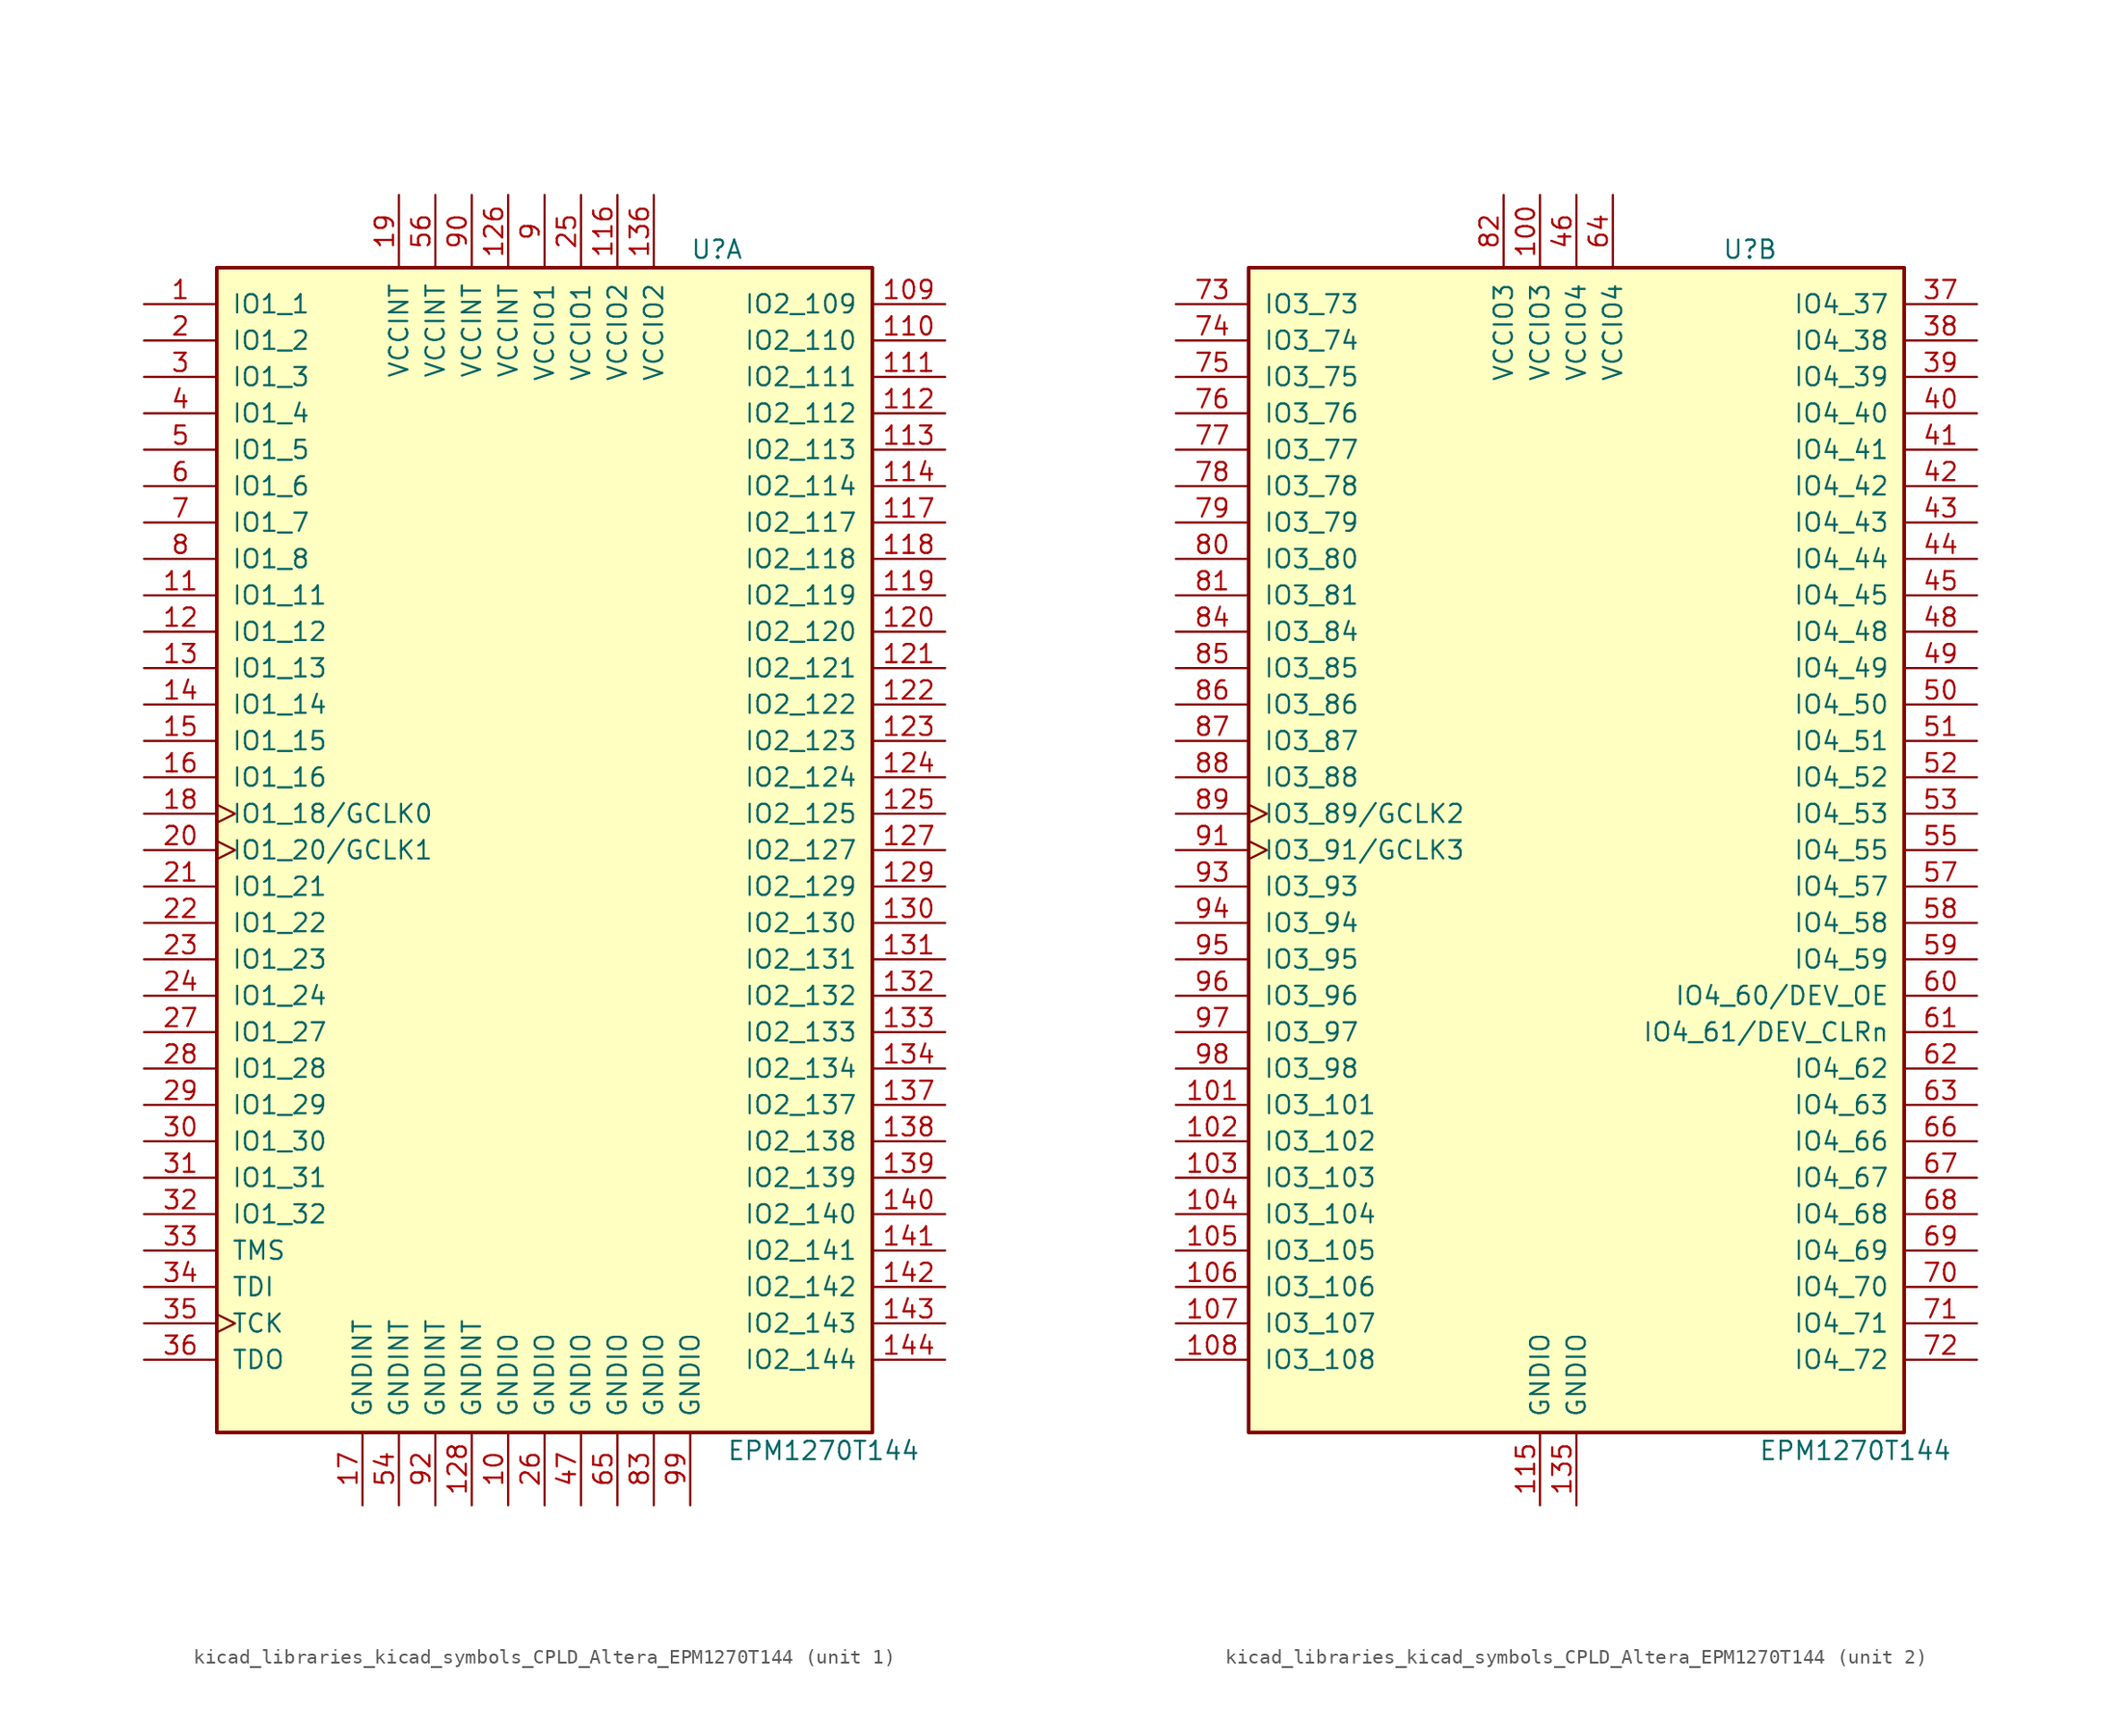
<source format=kicad_sym>
(kicad_symbol_lib
  (version 20220914)
  (generator kicad_symbol_editor)
  (symbol "kicad_libraries_kicad_symbols_CPLD_Altera_EPM1270T144"
    (pin_names
      (offset 1.016))
    (property "Reference" "U"
      (at 10.16 41.91 0)
      (effects (font (size 1.27 1.27)) (justify left)))
    (property "Value" "EPM1270T144"
      (at 12.7 -41.91 0)
      (effects (font (size 1.27 1.27)) (justify left)))
    (property "ki_locked" ""
      (at 0 0 0)
      (effects (font (size 1.27 1.27))))
    (symbol "kicad_libraries_kicad_symbols_CPLD_Altera_EPM1270T144_1_1"
      (rectangle (start -22.86 40.64) (end 22.86 -40.64) (stroke (width 0.254) (type default)) (fill (type background)))
      (pin bidirectional line (at -27.94 38.1 0) (length 5.08) (name "IO1_1" (effects (font (size 1.27 1.27)))) (number "1" (effects (font (size 1.27 1.27)))))
      (pin power_in line (at -2.54 -45.72 90) (length 5.08) (name "GNDIO" (effects (font (size 1.27 1.27)))) (number "10" (effects (font (size 1.27 1.27)))))
      (pin bidirectional line (at 27.94 38.1 180) (length 5.08) (name "IO2_109" (effects (font (size 1.27 1.27)))) (number "109" (effects (font (size 1.27 1.27)))))
      (pin bidirectional line (at -27.94 17.78 0) (length 5.08) (name "IO1_11" (effects (font (size 1.27 1.27)))) (number "11" (effects (font (size 1.27 1.27)))))
      (pin bidirectional line (at 27.94 35.56 180) (length 5.08) (name "IO2_110" (effects (font (size 1.27 1.27)))) (number "110" (effects (font (size 1.27 1.27)))))
      (pin bidirectional line (at 27.94 33.02 180) (length 5.08) (name "IO2_111" (effects (font (size 1.27 1.27)))) (number "111" (effects (font (size 1.27 1.27)))))
      (pin bidirectional line (at 27.94 30.48 180) (length 5.08) (name "IO2_112" (effects (font (size 1.27 1.27)))) (number "112" (effects (font (size 1.27 1.27)))))
      (pin bidirectional line (at 27.94 27.94 180) (length 5.08) (name "IO2_113" (effects (font (size 1.27 1.27)))) (number "113" (effects (font (size 1.27 1.27)))))
      (pin bidirectional line (at 27.94 25.4 180) (length 5.08) (name "IO2_114" (effects (font (size 1.27 1.27)))) (number "114" (effects (font (size 1.27 1.27)))))
      (pin power_in line (at 5.08 45.72 270) (length 5.08) (name "VCCIO2" (effects (font (size 1.27 1.27)))) (number "116" (effects (font (size 1.27 1.27)))))
      (pin bidirectional line (at 27.94 22.86 180) (length 5.08) (name "IO2_117" (effects (font (size 1.27 1.27)))) (number "117" (effects (font (size 1.27 1.27)))))
      (pin bidirectional line (at 27.94 20.32 180) (length 5.08) (name "IO2_118" (effects (font (size 1.27 1.27)))) (number "118" (effects (font (size 1.27 1.27)))))
      (pin bidirectional line (at 27.94 17.78 180) (length 5.08) (name "IO2_119" (effects (font (size 1.27 1.27)))) (number "119" (effects (font (size 1.27 1.27)))))
      (pin bidirectional line (at -27.94 15.24 0) (length 5.08) (name "IO1_12" (effects (font (size 1.27 1.27)))) (number "12" (effects (font (size 1.27 1.27)))))
      (pin bidirectional line (at 27.94 15.24 180) (length 5.08) (name "IO2_120" (effects (font (size 1.27 1.27)))) (number "120" (effects (font (size 1.27 1.27)))))
      (pin bidirectional line (at 27.94 12.7 180) (length 5.08) (name "IO2_121" (effects (font (size 1.27 1.27)))) (number "121" (effects (font (size 1.27 1.27)))))
      (pin bidirectional line (at 27.94 10.16 180) (length 5.08) (name "IO2_122" (effects (font (size 1.27 1.27)))) (number "122" (effects (font (size 1.27 1.27)))))
      (pin bidirectional line (at 27.94 7.62 180) (length 5.08) (name "IO2_123" (effects (font (size 1.27 1.27)))) (number "123" (effects (font (size 1.27 1.27)))))
      (pin bidirectional line (at 27.94 5.08 180) (length 5.08) (name "IO2_124" (effects (font (size 1.27 1.27)))) (number "124" (effects (font (size 1.27 1.27)))))
      (pin bidirectional line (at 27.94 2.54 180) (length 5.08) (name "IO2_125" (effects (font (size 1.27 1.27)))) (number "125" (effects (font (size 1.27 1.27)))))
      (pin power_in line (at -2.54 45.72 270) (length 5.08) (name "VCCINT" (effects (font (size 1.27 1.27)))) (number "126" (effects (font (size 1.27 1.27)))))
      (pin bidirectional line (at 27.94 0 180) (length 5.08) (name "IO2_127" (effects (font (size 1.27 1.27)))) (number "127" (effects (font (size 1.27 1.27)))))
      (pin power_in line (at -5.08 -45.72 90) (length 5.08) (name "GNDINT" (effects (font (size 1.27 1.27)))) (number "128" (effects (font (size 1.27 1.27)))))
      (pin bidirectional line (at 27.94 -2.54 180) (length 5.08) (name "IO2_129" (effects (font (size 1.27 1.27)))) (number "129" (effects (font (size 1.27 1.27)))))
      (pin bidirectional line (at -27.94 12.7 0) (length 5.08) (name "IO1_13" (effects (font (size 1.27 1.27)))) (number "13" (effects (font (size 1.27 1.27)))))
      (pin bidirectional line (at 27.94 -5.08 180) (length 5.08) (name "IO2_130" (effects (font (size 1.27 1.27)))) (number "130" (effects (font (size 1.27 1.27)))))
      (pin bidirectional line (at 27.94 -7.62 180) (length 5.08) (name "IO2_131" (effects (font (size 1.27 1.27)))) (number "131" (effects (font (size 1.27 1.27)))))
      (pin bidirectional line (at 27.94 -10.16 180) (length 5.08) (name "IO2_132" (effects (font (size 1.27 1.27)))) (number "132" (effects (font (size 1.27 1.27)))))
      (pin bidirectional line (at 27.94 -12.7 180) (length 5.08) (name "IO2_133" (effects (font (size 1.27 1.27)))) (number "133" (effects (font (size 1.27 1.27)))))
      (pin bidirectional line (at 27.94 -15.24 180) (length 5.08) (name "IO2_134" (effects (font (size 1.27 1.27)))) (number "134" (effects (font (size 1.27 1.27)))))
      (pin power_in line (at 7.62 45.72 270) (length 5.08) (name "VCCIO2" (effects (font (size 1.27 1.27)))) (number "136" (effects (font (size 1.27 1.27)))))
      (pin bidirectional line (at 27.94 -17.78 180) (length 5.08) (name "IO2_137" (effects (font (size 1.27 1.27)))) (number "137" (effects (font (size 1.27 1.27)))))
      (pin bidirectional line (at 27.94 -20.32 180) (length 5.08) (name "IO2_138" (effects (font (size 1.27 1.27)))) (number "138" (effects (font (size 1.27 1.27)))))
      (pin bidirectional line (at 27.94 -22.86 180) (length 5.08) (name "IO2_139" (effects (font (size 1.27 1.27)))) (number "139" (effects (font (size 1.27 1.27)))))
      (pin bidirectional line (at -27.94 10.16 0) (length 5.08) (name "IO1_14" (effects (font (size 1.27 1.27)))) (number "14" (effects (font (size 1.27 1.27)))))
      (pin bidirectional line (at 27.94 -25.4 180) (length 5.08) (name "IO2_140" (effects (font (size 1.27 1.27)))) (number "140" (effects (font (size 1.27 1.27)))))
      (pin bidirectional line (at 27.94 -27.94 180) (length 5.08) (name "IO2_141" (effects (font (size 1.27 1.27)))) (number "141" (effects (font (size 1.27 1.27)))))
      (pin bidirectional line (at 27.94 -30.48 180) (length 5.08) (name "IO2_142" (effects (font (size 1.27 1.27)))) (number "142" (effects (font (size 1.27 1.27)))))
      (pin bidirectional line (at 27.94 -33.02 180) (length 5.08) (name "IO2_143" (effects (font (size 1.27 1.27)))) (number "143" (effects (font (size 1.27 1.27)))))
      (pin bidirectional line (at 27.94 -35.56 180) (length 5.08) (name "IO2_144" (effects (font (size 1.27 1.27)))) (number "144" (effects (font (size 1.27 1.27)))))
      (pin bidirectional line (at -27.94 7.62 0) (length 5.08) (name "IO1_15" (effects (font (size 1.27 1.27)))) (number "15" (effects (font (size 1.27 1.27)))))
      (pin bidirectional line (at -27.94 5.08 0) (length 5.08) (name "IO1_16" (effects (font (size 1.27 1.27)))) (number "16" (effects (font (size 1.27 1.27)))))
      (pin power_in line (at -12.7 -45.72 90) (length 5.08) (name "GNDINT" (effects (font (size 1.27 1.27)))) (number "17" (effects (font (size 1.27 1.27)))))
      (pin bidirectional clock (at -27.94 2.54 0) (length 5.08) (name "IO1_18/GCLK0" (effects (font (size 1.27 1.27)))) (number "18" (effects (font (size 1.27 1.27)))))
      (pin power_in line (at -10.16 45.72 270) (length 5.08) (name "VCCINT" (effects (font (size 1.27 1.27)))) (number "19" (effects (font (size 1.27 1.27)))))
      (pin bidirectional line (at -27.94 35.56 0) (length 5.08) (name "IO1_2" (effects (font (size 1.27 1.27)))) (number "2" (effects (font (size 1.27 1.27)))))
      (pin bidirectional clock (at -27.94 0 0) (length 5.08) (name "IO1_20/GCLK1" (effects (font (size 1.27 1.27)))) (number "20" (effects (font (size 1.27 1.27)))))
      (pin bidirectional line (at -27.94 -2.54 0) (length 5.08) (name "IO1_21" (effects (font (size 1.27 1.27)))) (number "21" (effects (font (size 1.27 1.27)))))
      (pin bidirectional line (at -27.94 -5.08 0) (length 5.08) (name "IO1_22" (effects (font (size 1.27 1.27)))) (number "22" (effects (font (size 1.27 1.27)))))
      (pin bidirectional line (at -27.94 -7.62 0) (length 5.08) (name "IO1_23" (effects (font (size 1.27 1.27)))) (number "23" (effects (font (size 1.27 1.27)))))
      (pin bidirectional line (at -27.94 -10.16 0) (length 5.08) (name "IO1_24" (effects (font (size 1.27 1.27)))) (number "24" (effects (font (size 1.27 1.27)))))
      (pin power_in line (at 2.54 45.72 270) (length 5.08) (name "VCCIO1" (effects (font (size 1.27 1.27)))) (number "25" (effects (font (size 1.27 1.27)))))
      (pin power_in line (at 0 -45.72 90) (length 5.08) (name "GNDIO" (effects (font (size 1.27 1.27)))) (number "26" (effects (font (size 1.27 1.27)))))
      (pin bidirectional line (at -27.94 -12.7 0) (length 5.08) (name "IO1_27" (effects (font (size 1.27 1.27)))) (number "27" (effects (font (size 1.27 1.27)))))
      (pin bidirectional line (at -27.94 -15.24 0) (length 5.08) (name "IO1_28" (effects (font (size 1.27 1.27)))) (number "28" (effects (font (size 1.27 1.27)))))
      (pin bidirectional line (at -27.94 -17.78 0) (length 5.08) (name "IO1_29" (effects (font (size 1.27 1.27)))) (number "29" (effects (font (size 1.27 1.27)))))
      (pin bidirectional line (at -27.94 33.02 0) (length 5.08) (name "IO1_3" (effects (font (size 1.27 1.27)))) (number "3" (effects (font (size 1.27 1.27)))))
      (pin bidirectional line (at -27.94 -20.32 0) (length 5.08) (name "IO1_30" (effects (font (size 1.27 1.27)))) (number "30" (effects (font (size 1.27 1.27)))))
      (pin bidirectional line (at -27.94 -22.86 0) (length 5.08) (name "IO1_31" (effects (font (size 1.27 1.27)))) (number "31" (effects (font (size 1.27 1.27)))))
      (pin bidirectional line (at -27.94 -25.4 0) (length 5.08) (name "IO1_32" (effects (font (size 1.27 1.27)))) (number "32" (effects (font (size 1.27 1.27)))))
      (pin input line (at -27.94 -27.94 0) (length 5.08) (name "TMS" (effects (font (size 1.27 1.27)))) (number "33" (effects (font (size 1.27 1.27)))))
      (pin input line (at -27.94 -30.48 0) (length 5.08) (name "TDI" (effects (font (size 1.27 1.27)))) (number "34" (effects (font (size 1.27 1.27)))))
      (pin input clock (at -27.94 -33.02 0) (length 5.08) (name "TCK" (effects (font (size 1.27 1.27)))) (number "35" (effects (font (size 1.27 1.27)))))
      (pin output line (at -27.94 -35.56 0) (length 5.08) (name "TDO" (effects (font (size 1.27 1.27)))) (number "36" (effects (font (size 1.27 1.27)))))
      (pin bidirectional line (at -27.94 30.48 0) (length 5.08) (name "IO1_4" (effects (font (size 1.27 1.27)))) (number "4" (effects (font (size 1.27 1.27)))))
      (pin power_in line (at 2.54 -45.72 90) (length 5.08) (name "GNDIO" (effects (font (size 1.27 1.27)))) (number "47" (effects (font (size 1.27 1.27)))))
      (pin bidirectional line (at -27.94 27.94 0) (length 5.08) (name "IO1_5" (effects (font (size 1.27 1.27)))) (number "5" (effects (font (size 1.27 1.27)))))
      (pin power_in line (at -10.16 -45.72 90) (length 5.08) (name "GNDINT" (effects (font (size 1.27 1.27)))) (number "54" (effects (font (size 1.27 1.27)))))
      (pin power_in line (at -7.62 45.72 270) (length 5.08) (name "VCCINT" (effects (font (size 1.27 1.27)))) (number "56" (effects (font (size 1.27 1.27)))))
      (pin bidirectional line (at -27.94 25.4 0) (length 5.08) (name "IO1_6" (effects (font (size 1.27 1.27)))) (number "6" (effects (font (size 1.27 1.27)))))
      (pin power_in line (at 5.08 -45.72 90) (length 5.08) (name "GNDIO" (effects (font (size 1.27 1.27)))) (number "65" (effects (font (size 1.27 1.27)))))
      (pin bidirectional line (at -27.94 22.86 0) (length 5.08) (name "IO1_7" (effects (font (size 1.27 1.27)))) (number "7" (effects (font (size 1.27 1.27)))))
      (pin bidirectional line (at -27.94 20.32 0) (length 5.08) (name "IO1_8" (effects (font (size 1.27 1.27)))) (number "8" (effects (font (size 1.27 1.27)))))
      (pin power_in line (at 7.62 -45.72 90) (length 5.08) (name "GNDIO" (effects (font (size 1.27 1.27)))) (number "83" (effects (font (size 1.27 1.27)))))
      (pin power_in line (at 0 45.72 270) (length 5.08) (name "VCCIO1" (effects (font (size 1.27 1.27)))) (number "9" (effects (font (size 1.27 1.27)))))
      (pin power_in line (at -5.08 45.72 270) (length 5.08) (name "VCCINT" (effects (font (size 1.27 1.27)))) (number "90" (effects (font (size 1.27 1.27)))))
      (pin power_in line (at -7.62 -45.72 90) (length 5.08) (name "GNDINT" (effects (font (size 1.27 1.27)))) (number "92" (effects (font (size 1.27 1.27)))))
      (pin power_in line (at 10.16 -45.72 90) (length 5.08) (name "GNDIO" (effects (font (size 1.27 1.27)))) (number "99" (effects (font (size 1.27 1.27))))))
    (symbol "kicad_libraries_kicad_symbols_CPLD_Altera_EPM1270T144_2_1"
      (rectangle (start -22.86 40.64) (end 22.86 -40.64) (stroke (width 0.254) (type default)) (fill (type background)))
      (pin power_in line (at -2.54 45.72 270) (length 5.08) (name "VCCIO3" (effects (font (size 1.27 1.27)))) (number "100" (effects (font (size 1.27 1.27)))))
      (pin bidirectional line (at -27.94 -17.78 0) (length 5.08) (name "IO3_101" (effects (font (size 1.27 1.27)))) (number "101" (effects (font (size 1.27 1.27)))))
      (pin bidirectional line (at -27.94 -20.32 0) (length 5.08) (name "IO3_102" (effects (font (size 1.27 1.27)))) (number "102" (effects (font (size 1.27 1.27)))))
      (pin bidirectional line (at -27.94 -22.86 0) (length 5.08) (name "IO3_103" (effects (font (size 1.27 1.27)))) (number "103" (effects (font (size 1.27 1.27)))))
      (pin bidirectional line (at -27.94 -25.4 0) (length 5.08) (name "IO3_104" (effects (font (size 1.27 1.27)))) (number "104" (effects (font (size 1.27 1.27)))))
      (pin bidirectional line (at -27.94 -27.94 0) (length 5.08) (name "IO3_105" (effects (font (size 1.27 1.27)))) (number "105" (effects (font (size 1.27 1.27)))))
      (pin bidirectional line (at -27.94 -30.48 0) (length 5.08) (name "IO3_106" (effects (font (size 1.27 1.27)))) (number "106" (effects (font (size 1.27 1.27)))))
      (pin bidirectional line (at -27.94 -33.02 0) (length 5.08) (name "IO3_107" (effects (font (size 1.27 1.27)))) (number "107" (effects (font (size 1.27 1.27)))))
      (pin bidirectional line (at -27.94 -35.56 0) (length 5.08) (name "IO3_108" (effects (font (size 1.27 1.27)))) (number "108" (effects (font (size 1.27 1.27)))))
      (pin power_in line (at -2.54 -45.72 90) (length 5.08) (name "GNDIO" (effects (font (size 1.27 1.27)))) (number "115" (effects (font (size 1.27 1.27)))))
      (pin power_in line (at 0 -45.72 90) (length 5.08) (name "GNDIO" (effects (font (size 1.27 1.27)))) (number "135" (effects (font (size 1.27 1.27)))))
      (pin bidirectional line (at 27.94 38.1 180) (length 5.08) (name "IO4_37" (effects (font (size 1.27 1.27)))) (number "37" (effects (font (size 1.27 1.27)))))
      (pin bidirectional line (at 27.94 35.56 180) (length 5.08) (name "IO4_38" (effects (font (size 1.27 1.27)))) (number "38" (effects (font (size 1.27 1.27)))))
      (pin bidirectional line (at 27.94 33.02 180) (length 5.08) (name "IO4_39" (effects (font (size 1.27 1.27)))) (number "39" (effects (font (size 1.27 1.27)))))
      (pin bidirectional line (at 27.94 30.48 180) (length 5.08) (name "IO4_40" (effects (font (size 1.27 1.27)))) (number "40" (effects (font (size 1.27 1.27)))))
      (pin bidirectional line (at 27.94 27.94 180) (length 5.08) (name "IO4_41" (effects (font (size 1.27 1.27)))) (number "41" (effects (font (size 1.27 1.27)))))
      (pin bidirectional line (at 27.94 25.4 180) (length 5.08) (name "IO4_42" (effects (font (size 1.27 1.27)))) (number "42" (effects (font (size 1.27 1.27)))))
      (pin bidirectional line (at 27.94 22.86 180) (length 5.08) (name "IO4_43" (effects (font (size 1.27 1.27)))) (number "43" (effects (font (size 1.27 1.27)))))
      (pin bidirectional line (at 27.94 20.32 180) (length 5.08) (name "IO4_44" (effects (font (size 1.27 1.27)))) (number "44" (effects (font (size 1.27 1.27)))))
      (pin bidirectional line (at 27.94 17.78 180) (length 5.08) (name "IO4_45" (effects (font (size 1.27 1.27)))) (number "45" (effects (font (size 1.27 1.27)))))
      (pin power_in line (at 0 45.72 270) (length 5.08) (name "VCCIO4" (effects (font (size 1.27 1.27)))) (number "46" (effects (font (size 1.27 1.27)))))
      (pin bidirectional line (at 27.94 15.24 180) (length 5.08) (name "IO4_48" (effects (font (size 1.27 1.27)))) (number "48" (effects (font (size 1.27 1.27)))))
      (pin bidirectional line (at 27.94 12.7 180) (length 5.08) (name "IO4_49" (effects (font (size 1.27 1.27)))) (number "49" (effects (font (size 1.27 1.27)))))
      (pin bidirectional line (at 27.94 10.16 180) (length 5.08) (name "IO4_50" (effects (font (size 1.27 1.27)))) (number "50" (effects (font (size 1.27 1.27)))))
      (pin bidirectional line (at 27.94 7.62 180) (length 5.08) (name "IO4_51" (effects (font (size 1.27 1.27)))) (number "51" (effects (font (size 1.27 1.27)))))
      (pin bidirectional line (at 27.94 5.08 180) (length 5.08) (name "IO4_52" (effects (font (size 1.27 1.27)))) (number "52" (effects (font (size 1.27 1.27)))))
      (pin bidirectional line (at 27.94 2.54 180) (length 5.08) (name "IO4_53" (effects (font (size 1.27 1.27)))) (number "53" (effects (font (size 1.27 1.27)))))
      (pin bidirectional line (at 27.94 0 180) (length 5.08) (name "IO4_55" (effects (font (size 1.27 1.27)))) (number "55" (effects (font (size 1.27 1.27)))))
      (pin bidirectional line (at 27.94 -2.54 180) (length 5.08) (name "IO4_57" (effects (font (size 1.27 1.27)))) (number "57" (effects (font (size 1.27 1.27)))))
      (pin bidirectional line (at 27.94 -5.08 180) (length 5.08) (name "IO4_58" (effects (font (size 1.27 1.27)))) (number "58" (effects (font (size 1.27 1.27)))))
      (pin bidirectional line (at 27.94 -7.62 180) (length 5.08) (name "IO4_59" (effects (font (size 1.27 1.27)))) (number "59" (effects (font (size 1.27 1.27)))))
      (pin bidirectional line (at 27.94 -10.16 180) (length 5.08) (name "IO4_60/DEV_OE" (effects (font (size 1.27 1.27)))) (number "60" (effects (font (size 1.27 1.27)))))
      (pin bidirectional line (at 27.94 -12.7 180) (length 5.08) (name "IO4_61/DEV_CLRn" (effects (font (size 1.27 1.27)))) (number "61" (effects (font (size 1.27 1.27)))))
      (pin bidirectional line (at 27.94 -15.24 180) (length 5.08) (name "IO4_62" (effects (font (size 1.27 1.27)))) (number "62" (effects (font (size 1.27 1.27)))))
      (pin bidirectional line (at 27.94 -17.78 180) (length 5.08) (name "IO4_63" (effects (font (size 1.27 1.27)))) (number "63" (effects (font (size 1.27 1.27)))))
      (pin power_in line (at 2.54 45.72 270) (length 5.08) (name "VCCIO4" (effects (font (size 1.27 1.27)))) (number "64" (effects (font (size 1.27 1.27)))))
      (pin bidirectional line (at 27.94 -20.32 180) (length 5.08) (name "IO4_66" (effects (font (size 1.27 1.27)))) (number "66" (effects (font (size 1.27 1.27)))))
      (pin bidirectional line (at 27.94 -22.86 180) (length 5.08) (name "IO4_67" (effects (font (size 1.27 1.27)))) (number "67" (effects (font (size 1.27 1.27)))))
      (pin bidirectional line (at 27.94 -25.4 180) (length 5.08) (name "IO4_68" (effects (font (size 1.27 1.27)))) (number "68" (effects (font (size 1.27 1.27)))))
      (pin bidirectional line (at 27.94 -27.94 180) (length 5.08) (name "IO4_69" (effects (font (size 1.27 1.27)))) (number "69" (effects (font (size 1.27 1.27)))))
      (pin bidirectional line (at 27.94 -30.48 180) (length 5.08) (name "IO4_70" (effects (font (size 1.27 1.27)))) (number "70" (effects (font (size 1.27 1.27)))))
      (pin bidirectional line (at 27.94 -33.02 180) (length 5.08) (name "IO4_71" (effects (font (size 1.27 1.27)))) (number "71" (effects (font (size 1.27 1.27)))))
      (pin bidirectional line (at 27.94 -35.56 180) (length 5.08) (name "IO4_72" (effects (font (size 1.27 1.27)))) (number "72" (effects (font (size 1.27 1.27)))))
      (pin bidirectional line (at -27.94 38.1 0) (length 5.08) (name "IO3_73" (effects (font (size 1.27 1.27)))) (number "73" (effects (font (size 1.27 1.27)))))
      (pin bidirectional line (at -27.94 35.56 0) (length 5.08) (name "IO3_74" (effects (font (size 1.27 1.27)))) (number "74" (effects (font (size 1.27 1.27)))))
      (pin bidirectional line (at -27.94 33.02 0) (length 5.08) (name "IO3_75" (effects (font (size 1.27 1.27)))) (number "75" (effects (font (size 1.27 1.27)))))
      (pin bidirectional line (at -27.94 30.48 0) (length 5.08) (name "IO3_76" (effects (font (size 1.27 1.27)))) (number "76" (effects (font (size 1.27 1.27)))))
      (pin bidirectional line (at -27.94 27.94 0) (length 5.08) (name "IO3_77" (effects (font (size 1.27 1.27)))) (number "77" (effects (font (size 1.27 1.27)))))
      (pin bidirectional line (at -27.94 25.4 0) (length 5.08) (name "IO3_78" (effects (font (size 1.27 1.27)))) (number "78" (effects (font (size 1.27 1.27)))))
      (pin bidirectional line (at -27.94 22.86 0) (length 5.08) (name "IO3_79" (effects (font (size 1.27 1.27)))) (number "79" (effects (font (size 1.27 1.27)))))
      (pin bidirectional line (at -27.94 20.32 0) (length 5.08) (name "IO3_80" (effects (font (size 1.27 1.27)))) (number "80" (effects (font (size 1.27 1.27)))))
      (pin bidirectional line (at -27.94 17.78 0) (length 5.08) (name "IO3_81" (effects (font (size 1.27 1.27)))) (number "81" (effects (font (size 1.27 1.27)))))
      (pin power_in line (at -5.08 45.72 270) (length 5.08) (name "VCCIO3" (effects (font (size 1.27 1.27)))) (number "82" (effects (font (size 1.27 1.27)))))
      (pin bidirectional line (at -27.94 15.24 0) (length 5.08) (name "IO3_84" (effects (font (size 1.27 1.27)))) (number "84" (effects (font (size 1.27 1.27)))))
      (pin bidirectional line (at -27.94 12.7 0) (length 5.08) (name "IO3_85" (effects (font (size 1.27 1.27)))) (number "85" (effects (font (size 1.27 1.27)))))
      (pin bidirectional line (at -27.94 10.16 0) (length 5.08) (name "IO3_86" (effects (font (size 1.27 1.27)))) (number "86" (effects (font (size 1.27 1.27)))))
      (pin bidirectional line (at -27.94 7.62 0) (length 5.08) (name "IO3_87" (effects (font (size 1.27 1.27)))) (number "87" (effects (font (size 1.27 1.27)))))
      (pin bidirectional line (at -27.94 5.08 0) (length 5.08) (name "IO3_88" (effects (font (size 1.27 1.27)))) (number "88" (effects (font (size 1.27 1.27)))))
      (pin bidirectional clock (at -27.94 2.54 0) (length 5.08) (name "IO3_89/GCLK2" (effects (font (size 1.27 1.27)))) (number "89" (effects (font (size 1.27 1.27)))))
      (pin bidirectional clock (at -27.94 0 0) (length 5.08) (name "IO3_91/GCLK3" (effects (font (size 1.27 1.27)))) (number "91" (effects (font (size 1.27 1.27)))))
      (pin bidirectional line (at -27.94 -2.54 0) (length 5.08) (name "IO3_93" (effects (font (size 1.27 1.27)))) (number "93" (effects (font (size 1.27 1.27)))))
      (pin bidirectional line (at -27.94 -5.08 0) (length 5.08) (name "IO3_94" (effects (font (size 1.27 1.27)))) (number "94" (effects (font (size 1.27 1.27)))))
      (pin bidirectional line (at -27.94 -7.62 0) (length 5.08) (name "IO3_95" (effects (font (size 1.27 1.27)))) (number "95" (effects (font (size 1.27 1.27)))))
      (pin bidirectional line (at -27.94 -10.16 0) (length 5.08) (name "IO3_96" (effects (font (size 1.27 1.27)))) (number "96" (effects (font (size 1.27 1.27)))))
      (pin bidirectional line (at -27.94 -12.7 0) (length 5.08) (name "IO3_97" (effects (font (size 1.27 1.27)))) (number "97" (effects (font (size 1.27 1.27)))))
      (pin bidirectional line (at -27.94 -15.24 0) (length 5.08) (name "IO3_98" (effects (font (size 1.27 1.27)))) (number "98" (effects (font (size 1.27 1.27))))))))
</source>
